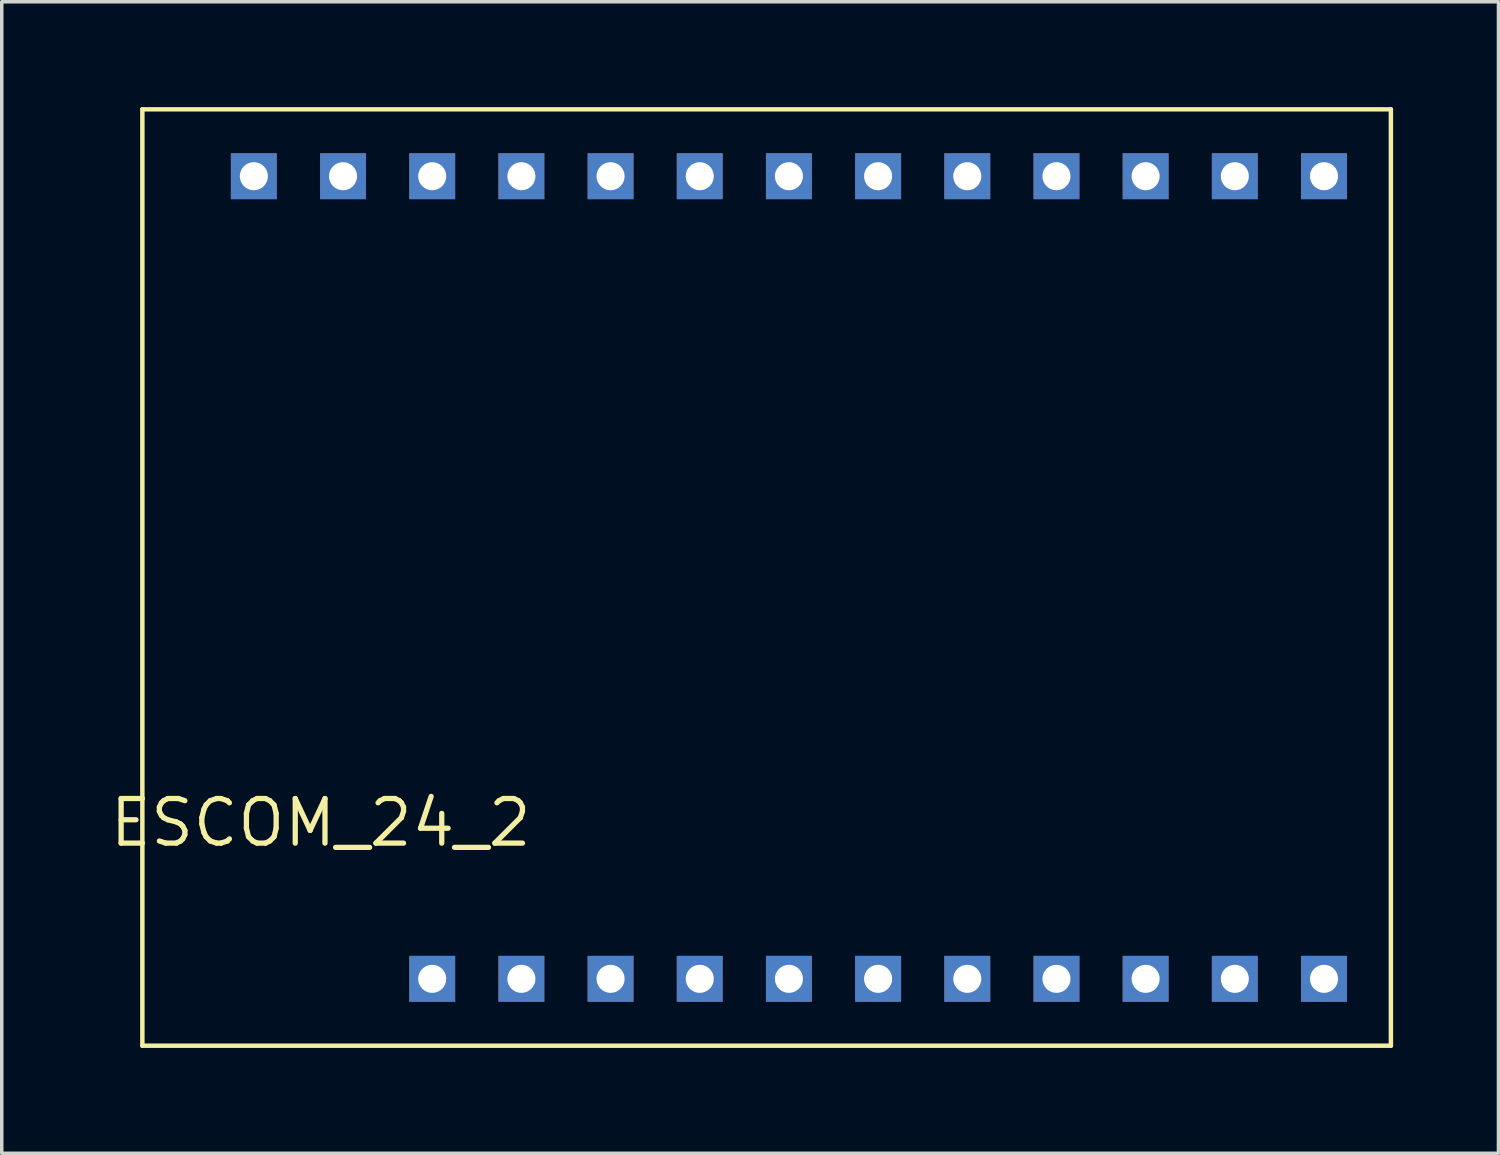
<source format=kicad_pcb>
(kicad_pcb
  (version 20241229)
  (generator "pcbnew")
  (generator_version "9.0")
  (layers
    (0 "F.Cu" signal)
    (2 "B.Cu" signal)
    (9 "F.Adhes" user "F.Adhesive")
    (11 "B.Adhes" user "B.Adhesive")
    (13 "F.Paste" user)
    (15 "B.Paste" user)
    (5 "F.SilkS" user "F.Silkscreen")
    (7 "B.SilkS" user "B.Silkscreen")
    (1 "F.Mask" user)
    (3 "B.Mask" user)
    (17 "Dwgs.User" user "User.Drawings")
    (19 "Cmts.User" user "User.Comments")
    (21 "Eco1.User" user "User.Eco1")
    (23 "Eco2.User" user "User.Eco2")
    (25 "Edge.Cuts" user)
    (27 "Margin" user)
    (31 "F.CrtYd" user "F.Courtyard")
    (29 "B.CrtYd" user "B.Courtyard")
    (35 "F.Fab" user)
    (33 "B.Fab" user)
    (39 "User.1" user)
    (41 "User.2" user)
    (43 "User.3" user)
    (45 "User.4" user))
  (footprint "ESCOM_24_2"
    (layer "F.Cu")
    (at 18.76 14.729)
    (property "Reference" "ESCOM_24_2" (at -12.675 5.655 0) (layer "F.SilkS") (effects (font (size 1.27 1.27) (thickness 0.15))))
    (fp_line (start -17.755 -14.665) (end -17.755 12.005) (stroke (width 0.127) (type solid)) (layer "F.SilkS"))
    (fp_line (start -17.755 12.005) (end 17.805 12.005) (stroke (width 0.127) (type solid)) (layer "F.SilkS"))
    (fp_line (start 17.805 -14.665) (end -17.755 -14.665) (stroke (width 0.127) (type solid)) (layer "F.SilkS"))
    (fp_line (start 17.805 12.005) (end 17.805 -14.665) (stroke (width 0.127) (type solid)) (layer "F.SilkS"))
    (pad "P1" thru_hole rect (at 15.9 -12.76) (size 1.308 1.308) (drill 0.8) (layers "*.Cu" "*.Mask"))
    (pad "P2" thru_hole rect (at 13.36 -12.76) (size 1.308 1.308) (drill 0.8) (layers "*.Cu" "*.Mask"))
    (pad "P3" thru_hole rect (at 10.82 -12.76) (size 1.308 1.308) (drill 0.8) (layers "*.Cu" "*.Mask"))
    (pad "P4" thru_hole rect (at 8.28 -12.76) (size 1.308 1.308) (drill 0.8) (layers "*.Cu" "*.Mask"))
    (pad "P5" thru_hole rect (at 5.74 -12.76) (size 1.308 1.308) (drill 0.8) (layers "*.Cu" "*.Mask"))
    (pad "P6" thru_hole rect (at 3.2 -12.76) (size 1.308 1.308) (drill 0.8) (layers "*.Cu" "*.Mask"))
    (pad "P7" thru_hole rect (at 0.66 -12.76) (size 1.308 1.308) (drill 0.8) (layers "*.Cu" "*.Mask"))
    (pad "P8" thru_hole rect (at -1.88 -12.76) (size 1.308 1.308) (drill 0.8) (layers "*.Cu" "*.Mask"))
    (pad "P9" thru_hole rect (at -4.42 -12.76) (size 1.308 1.308) (drill 0.8) (layers "*.Cu" "*.Mask"))
    (pad "P10" thru_hole rect (at -6.96 -12.76) (size 1.308 1.308) (drill 0.8) (layers "*.Cu" "*.Mask"))
    (pad "P11" thru_hole rect (at -9.5 -12.76) (size 1.308 1.308) (drill 0.8) (layers "*.Cu" "*.Mask"))
    (pad "P12" thru_hole rect (at -12.04 -12.76) (size 1.308 1.308) (drill 0.8) (layers "*.Cu" "*.Mask"))
    (pad "P13" thru_hole rect (at -14.58 -12.76) (size 1.308 1.308) (drill 0.8) (layers "*.Cu" "*.Mask"))
    (pad "P14" thru_hole rect (at -9.5 10.1) (size 1.308 1.308) (drill 0.8) (layers "*.Cu" "*.Mask"))
    (pad "P15" thru_hole rect (at -6.96 10.1) (size 1.308 1.308) (drill 0.8) (layers "*.Cu" "*.Mask"))
    (pad "P16" thru_hole rect (at -4.42 10.1) (size 1.308 1.308) (drill 0.8) (layers "*.Cu" "*.Mask"))
    (pad "P17" thru_hole rect (at -1.88 10.1) (size 1.308 1.308) (drill 0.8) (layers "*.Cu" "*.Mask"))
    (pad "P18" thru_hole rect (at 0.66 10.1) (size 1.308 1.308) (drill 0.8) (layers "*.Cu" "*.Mask"))
    (pad "P19" thru_hole rect (at 3.2 10.1) (size 1.308 1.308) (drill 0.8) (layers "*.Cu" "*.Mask"))
    (pad "P20" thru_hole rect (at 5.74 10.1) (size 1.308 1.308) (drill 0.8) (layers "*.Cu" "*.Mask"))
    (pad "P21" thru_hole rect (at 8.28 10.1) (size 1.308 1.308) (drill 0.8) (layers "*.Cu" "*.Mask"))
    (pad "P22" thru_hole rect (at 10.82 10.1) (size 1.308 1.308) (drill 0.8) (layers "*.Cu" "*.Mask"))
    (pad "P23" thru_hole rect (at 13.36 10.1) (size 1.308 1.308) (drill 0.8) (layers "*.Cu" "*.Mask"))
    (pad "P24" thru_hole rect (at 15.9 10.1) (size 1.308 1.308) (drill 0.8) (layers "*.Cu" "*.Mask")))
  (gr_rect
    (start -3 -3)
    (end 39.629 29.797)
    (stroke (width 0.1) (type default))
    (fill no)
    (layer "Edge.Cuts")))
</source>
